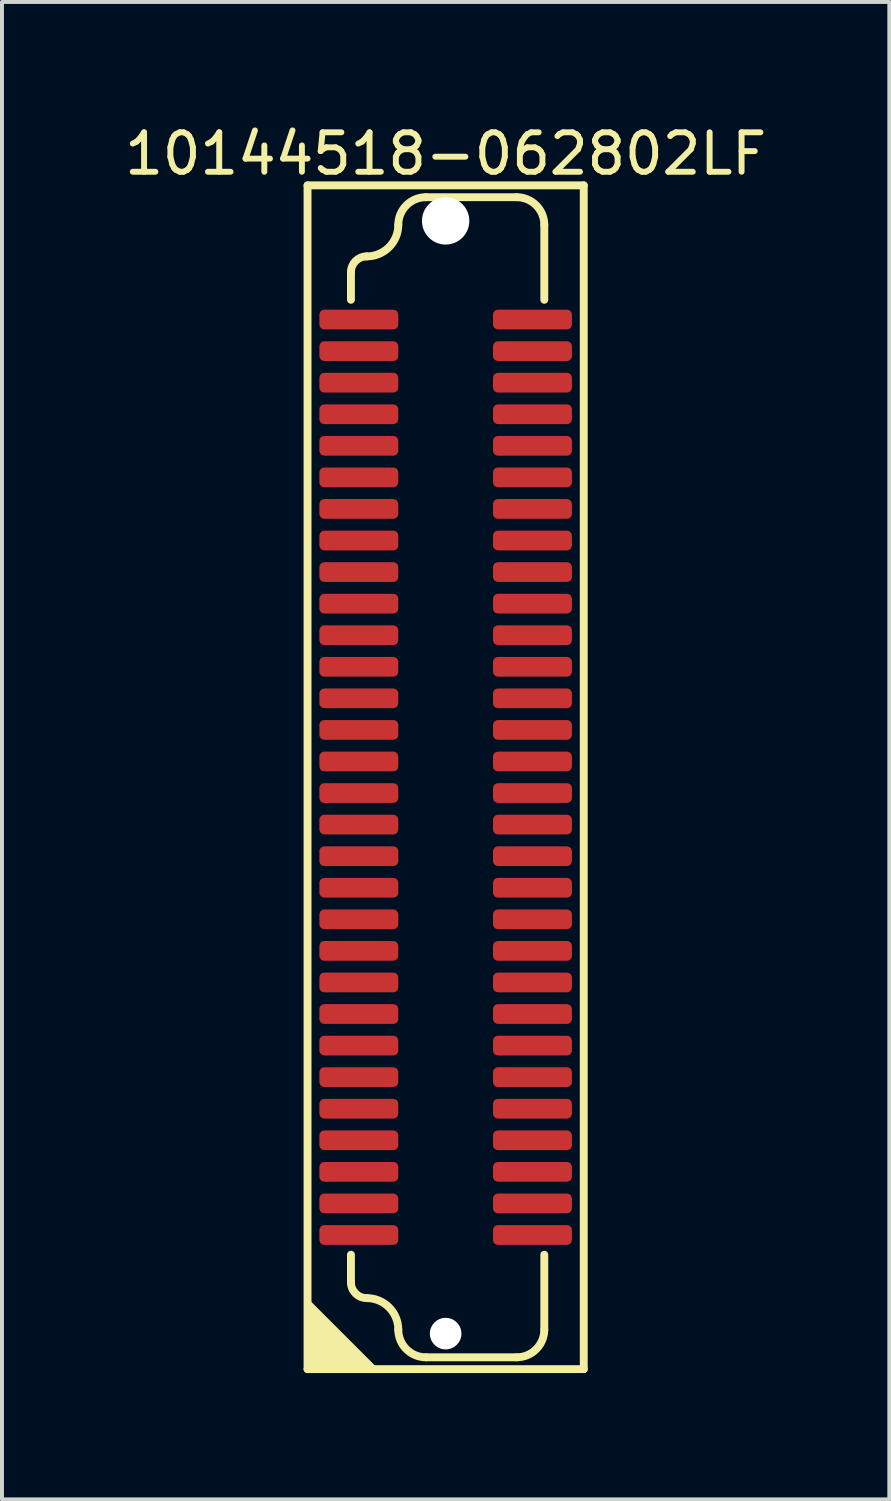
<source format=kicad_pcb>
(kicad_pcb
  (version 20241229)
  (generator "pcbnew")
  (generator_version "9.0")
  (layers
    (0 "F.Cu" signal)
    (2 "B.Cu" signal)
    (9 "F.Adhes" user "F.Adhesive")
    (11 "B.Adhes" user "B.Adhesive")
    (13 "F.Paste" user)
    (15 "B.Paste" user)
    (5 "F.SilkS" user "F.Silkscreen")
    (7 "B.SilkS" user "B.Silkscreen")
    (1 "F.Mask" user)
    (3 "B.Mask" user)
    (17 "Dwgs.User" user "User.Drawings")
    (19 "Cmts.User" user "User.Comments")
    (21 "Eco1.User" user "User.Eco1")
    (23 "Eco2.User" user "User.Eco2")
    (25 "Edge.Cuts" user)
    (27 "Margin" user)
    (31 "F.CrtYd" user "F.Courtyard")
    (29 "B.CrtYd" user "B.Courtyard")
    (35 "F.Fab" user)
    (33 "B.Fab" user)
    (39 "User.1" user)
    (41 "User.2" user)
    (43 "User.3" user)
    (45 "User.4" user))
  (footprint "10144518-062802LF"
    (layer "F.Cu")
    (at 8.244 16.648)
    (property "Reference" "10144518-062802LF" (at 0 -15.8 0) (layer "F.SilkS") (effects (font (size 1 1) (thickness 0.15))))
    (fp_line (start -3.5 -15) (end 3.5 -15) (stroke (width 0.2) (type solid)) (layer "F.SilkS"))
    (fp_line (start -3.5 15) (end -3.5 -15) (stroke (width 0.2) (type solid)) (layer "F.SilkS"))
    (fp_line (start -3.5 15) (end 3.5 15) (stroke (width 0.2) (type solid)) (layer "F.SilkS"))
    (fp_line (start -2.4 -12.1) (end -2.4 -12.8) (stroke (width 0.2) (type solid)) (layer "F.SilkS"))
    (fp_line (start -2.4 12.8) (end -2.4 12.1) (stroke (width 0.2) (type solid)) (layer "F.SilkS"))
    (fp_line (start -0.5 -14.7) (end 1.8 -14.7) (stroke (width 0.2) (type solid)) (layer "F.SilkS"))
    (fp_line (start -0.5 14.7) (end 1.8 14.7) (stroke (width 0.2) (type solid)) (layer "F.SilkS"))
    (fp_line (start 2.5 -12.1) (end 2.5 -14) (stroke (width 0.2) (type solid)) (layer "F.SilkS"))
    (fp_line (start 2.5 14) (end 2.5 12.1) (stroke (width 0.2) (type solid)) (layer "F.SilkS"))
    (fp_line (start 3.5 15) (end 3.5 -15) (stroke (width 0.2) (type solid)) (layer "F.SilkS"))
    (fp_arc (start -2.4 -12.8) (mid -2.282843 -13.082843) (end -2 -13.2) (stroke (width 0.2) (type solid)) (layer "F.SilkS"))
    (fp_arc (start -2 13.2) (mid -2.282843 13.082843) (end -2.4 12.8) (stroke (width 0.2) (type solid)) (layer "F.SilkS"))
    (fp_arc (start -2 13.2) (mid -1.434315 13.434315) (end -1.2 14) (stroke (width 0.2) (type solid)) (layer "F.SilkS"))
    (fp_arc (start -1.2 -14) (mid -1.434315 -13.434315) (end -2 -13.2) (stroke (width 0.2) (type solid)) (layer "F.SilkS"))
    (fp_arc (start -1.2 -14) (mid -0.994975 -14.494975) (end -0.5 -14.7) (stroke (width 0.2) (type solid)) (layer "F.SilkS"))
    (fp_arc (start -0.5 14.7) (mid -0.994975 14.494975) (end -1.2 14) (stroke (width 0.2) (type solid)) (layer "F.SilkS"))
    (fp_arc (start 1.8 -14.7) (mid 2.294975 -14.494975) (end 2.5 -14) (stroke (width 0.2) (type solid)) (layer "F.SilkS"))
    (fp_arc (start 2.5 14) (mid 2.294975 14.494975) (end 1.8 14.7) (stroke (width 0.2) (type solid)) (layer "F.SilkS"))
    (fp_poly (pts (xy -3.5 13.2) (xy -1.7 15) (xy -3.5 15)) (stroke (width 0) (type default)) (fill yes) (layer "F.SilkS"))
    (fp_line (start -3.7 -15.2) (end 3.7 -15.2) (stroke (width 0.2) (type solid)) (layer "Eco2.User"))
    (fp_line (start -3.7 14.7) (end -3.7 -15.2) (stroke (width 0.2) (type solid)) (layer "Eco2.User"))
    (fp_line (start -3.7 15.2) (end -3.7 14.7) (stroke (width 0.2) (type solid)) (layer "Eco2.User"))
    (fp_line (start -3.7 15.2) (end 3.7 15.2) (stroke (width 0.2) (type solid)) (layer "Eco2.User"))
    (fp_line (start 3.7 15.2) (end 3.7 -15.2) (stroke (width 0.2) (type solid)) (layer "Eco2.User"))
    (fp_circle (center 0 0) (end 0 -0.127) (stroke (width 0.254) (type solid)) (fill no) (layer "Eco2.User"))
    (pad "" np_thru_hole circle (at 0 -14.1) (size 1.2 1.2) (drill 1.2) (layers "*.Cu" "*.Mask"))
    (pad "" np_thru_hole circle (at 0 14.1) (size 0.8 0.8) (drill 0.8) (layers "*.Cu" "*.Mask"))
    (pad "1" smd roundrect (at -2.2 11.6) (size 2 0.5) (layers "F.Cu" "F.Mask" "F.Paste") (roundrect_rratio 0.25))
    (pad "2" smd roundrect (at 2.2 11.6) (size 2 0.5) (layers "F.Cu" "F.Mask" "F.Paste") (roundrect_rratio 0.25))
    (pad "3" smd roundrect (at -2.2 10.8) (size 2 0.5) (layers "F.Cu" "F.Mask" "F.Paste") (roundrect_rratio 0.25))
    (pad "4" smd roundrect (at 2.2 10.8) (size 2 0.5) (layers "F.Cu" "F.Mask" "F.Paste") (roundrect_rratio 0.25))
    (pad "5" smd roundrect (at -2.2 10) (size 2 0.5) (layers "F.Cu" "F.Mask" "F.Paste") (roundrect_rratio 0.25))
    (pad "6" smd roundrect (at 2.2 10) (size 2 0.5) (layers "F.Cu" "F.Mask" "F.Paste") (roundrect_rratio 0.25))
    (pad "7" smd roundrect (at -2.2 9.2) (size 2 0.5) (layers "F.Cu" "F.Mask" "F.Paste") (roundrect_rratio 0.25))
    (pad "8" smd roundrect (at 2.2 9.2) (size 2 0.5) (layers "F.Cu" "F.Mask" "F.Paste") (roundrect_rratio 0.25))
    (pad "9" smd roundrect (at -2.2 8.4) (size 2 0.5) (layers "F.Cu" "F.Mask" "F.Paste") (roundrect_rratio 0.25))
    (pad "10" smd roundrect (at 2.2 8.4) (size 2 0.5) (layers "F.Cu" "F.Mask" "F.Paste") (roundrect_rratio 0.25))
    (pad "11" smd roundrect (at -2.2 7.6) (size 2 0.5) (layers "F.Cu" "F.Mask" "F.Paste") (roundrect_rratio 0.25))
    (pad "12" smd roundrect (at 2.2 7.6) (size 2 0.5) (layers "F.Cu" "F.Mask" "F.Paste") (roundrect_rratio 0.25))
    (pad "13" smd roundrect (at -2.2 6.8) (size 2 0.5) (layers "F.Cu" "F.Mask" "F.Paste") (roundrect_rratio 0.25))
    (pad "14" smd roundrect (at 2.2 6.8) (size 2 0.5) (layers "F.Cu" "F.Mask" "F.Paste") (roundrect_rratio 0.25))
    (pad "15" smd roundrect (at -2.2 6) (size 2 0.5) (layers "F.Cu" "F.Mask" "F.Paste") (roundrect_rratio 0.25))
    (pad "16" smd roundrect (at 2.2 6) (size 2 0.5) (layers "F.Cu" "F.Mask" "F.Paste") (roundrect_rratio 0.25))
    (pad "17" smd roundrect (at -2.2 5.2) (size 2 0.5) (layers "F.Cu" "F.Mask" "F.Paste") (roundrect_rratio 0.25))
    (pad "18" smd roundrect (at 2.2 5.2) (size 2 0.5) (layers "F.Cu" "F.Mask" "F.Paste") (roundrect_rratio 0.25))
    (pad "19" smd roundrect (at -2.2 4.4) (size 2 0.5) (layers "F.Cu" "F.Mask" "F.Paste") (roundrect_rratio 0.25))
    (pad "20" smd roundrect (at 2.2 4.4) (size 2 0.5) (layers "F.Cu" "F.Mask" "F.Paste") (roundrect_rratio 0.25))
    (pad "21" smd roundrect (at -2.2 3.6) (size 2 0.5) (layers "F.Cu" "F.Mask" "F.Paste") (roundrect_rratio 0.25))
    (pad "22" smd roundrect (at 2.2 3.6) (size 2 0.5) (layers "F.Cu" "F.Mask" "F.Paste") (roundrect_rratio 0.25))
    (pad "23" smd roundrect (at -2.2 2.8) (size 2 0.5) (layers "F.Cu" "F.Mask" "F.Paste") (roundrect_rratio 0.25))
    (pad "24" smd roundrect (at 2.2 2.8) (size 2 0.5) (layers "F.Cu" "F.Mask" "F.Paste") (roundrect_rratio 0.25))
    (pad "25" smd roundrect (at -2.2 2) (size 2 0.5) (layers "F.Cu" "F.Mask" "F.Paste") (roundrect_rratio 0.25))
    (pad "26" smd roundrect (at 2.2 2) (size 2 0.5) (layers "F.Cu" "F.Mask" "F.Paste") (roundrect_rratio 0.25))
    (pad "27" smd roundrect (at -2.2 1.2) (size 2 0.5) (layers "F.Cu" "F.Mask" "F.Paste") (roundrect_rratio 0.25))
    (pad "28" smd roundrect (at 2.2 1.2) (size 2 0.5) (layers "F.Cu" "F.Mask" "F.Paste") (roundrect_rratio 0.25))
    (pad "29" smd roundrect (at -2.2 0.4) (size 2 0.5) (layers "F.Cu" "F.Mask" "F.Paste") (roundrect_rratio 0.25))
    (pad "30" smd roundrect (at 2.2 0.4) (size 2 0.5) (layers "F.Cu" "F.Mask" "F.Paste") (roundrect_rratio 0.25))
    (pad "31" smd roundrect (at -2.2 -0.4) (size 2 0.5) (layers "F.Cu" "F.Mask" "F.Paste") (roundrect_rratio 0.25))
    (pad "32" smd roundrect (at 2.2 -0.4) (size 2 0.5) (layers "F.Cu" "F.Mask" "F.Paste") (roundrect_rratio 0.25))
    (pad "33" smd roundrect (at -2.2 -1.2) (size 2 0.5) (layers "F.Cu" "F.Mask" "F.Paste") (roundrect_rratio 0.25))
    (pad "34" smd roundrect (at 2.2 -1.2) (size 2 0.5) (layers "F.Cu" "F.Mask" "F.Paste") (roundrect_rratio 0.25))
    (pad "35" smd roundrect (at -2.2 -2) (size 2 0.5) (layers "F.Cu" "F.Mask" "F.Paste") (roundrect_rratio 0.25))
    (pad "36" smd roundrect (at 2.2 -2) (size 2 0.5) (layers "F.Cu" "F.Mask" "F.Paste") (roundrect_rratio 0.25))
    (pad "37" smd roundrect (at -2.2 -2.8) (size 2 0.5) (layers "F.Cu" "F.Mask" "F.Paste") (roundrect_rratio 0.25))
    (pad "38" smd roundrect (at 2.2 -2.8) (size 2 0.5) (layers "F.Cu" "F.Mask" "F.Paste") (roundrect_rratio 0.25))
    (pad "39" smd roundrect (at -2.2 -3.6) (size 2 0.5) (layers "F.Cu" "F.Mask" "F.Paste") (roundrect_rratio 0.25))
    (pad "40" smd roundrect (at 2.2 -3.6) (size 2 0.5) (layers "F.Cu" "F.Mask" "F.Paste") (roundrect_rratio 0.25))
    (pad "41" smd roundrect (at -2.2 -4.4) (size 2 0.5) (layers "F.Cu" "F.Mask" "F.Paste") (roundrect_rratio 0.25))
    (pad "42" smd roundrect (at 2.2 -4.4) (size 2 0.5) (layers "F.Cu" "F.Mask" "F.Paste") (roundrect_rratio 0.25))
    (pad "43" smd roundrect (at -2.2 -5.2) (size 2 0.5) (layers "F.Cu" "F.Mask" "F.Paste") (roundrect_rratio 0.25))
    (pad "44" smd roundrect (at 2.2 -5.2) (size 2 0.5) (layers "F.Cu" "F.Mask" "F.Paste") (roundrect_rratio 0.25))
    (pad "45" smd roundrect (at -2.2 -6) (size 2 0.5) (layers "F.Cu" "F.Mask" "F.Paste") (roundrect_rratio 0.25))
    (pad "46" smd roundrect (at 2.2 -6) (size 2 0.5) (layers "F.Cu" "F.Mask" "F.Paste") (roundrect_rratio 0.25))
    (pad "47" smd roundrect (at -2.2 -6.8) (size 2 0.5) (layers "F.Cu" "F.Mask" "F.Paste") (roundrect_rratio 0.25))
    (pad "48" smd roundrect (at 2.2 -6.8) (size 2 0.5) (layers "F.Cu" "F.Mask" "F.Paste") (roundrect_rratio 0.25))
    (pad "49" smd roundrect (at -2.2 -7.6) (size 2 0.5) (layers "F.Cu" "F.Mask" "F.Paste") (roundrect_rratio 0.25))
    (pad "50" smd roundrect (at 2.2 -7.6) (size 2 0.5) (layers "F.Cu" "F.Mask" "F.Paste") (roundrect_rratio 0.25))
    (pad "51" smd roundrect (at -2.2 -8.4) (size 2 0.5) (layers "F.Cu" "F.Mask" "F.Paste") (roundrect_rratio 0.25))
    (pad "52" smd roundrect (at 2.2 -8.4) (size 2 0.5) (layers "F.Cu" "F.Mask" "F.Paste") (roundrect_rratio 0.25))
    (pad "53" smd roundrect (at -2.2 -9.2) (size 2 0.5) (layers "F.Cu" "F.Mask" "F.Paste") (roundrect_rratio 0.25))
    (pad "54" smd roundrect (at 2.2 -9.2) (size 2 0.5) (layers "F.Cu" "F.Mask" "F.Paste") (roundrect_rratio 0.25))
    (pad "55" smd roundrect (at -2.2 -10) (size 2 0.5) (layers "F.Cu" "F.Mask" "F.Paste") (roundrect_rratio 0.25))
    (pad "56" smd roundrect (at 2.2 -10) (size 2 0.5) (layers "F.Cu" "F.Mask" "F.Paste") (roundrect_rratio 0.25))
    (pad "57" smd roundrect (at -2.2 -10.8) (size 2 0.5) (layers "F.Cu" "F.Mask" "F.Paste") (roundrect_rratio 0.25))
    (pad "58" smd roundrect (at 2.2 -10.8) (size 2 0.5) (layers "F.Cu" "F.Mask" "F.Paste") (roundrect_rratio 0.25))
    (pad "59" smd roundrect (at -2.2 -11.6) (size 2 0.5) (layers "F.Cu" "F.Mask" "F.Paste") (roundrect_rratio 0.25))
    (pad "60" smd roundrect (at 2.2 -11.6) (size 2 0.5) (layers "F.Cu" "F.Mask" "F.Paste") (roundrect_rratio 0.25)))
  (gr_rect
    (start -3 -3)
    (end 19.488 34.948)
    (stroke (width 0.1) (type default))
    (fill no)
    (layer "Edge.Cuts")))
</source>
